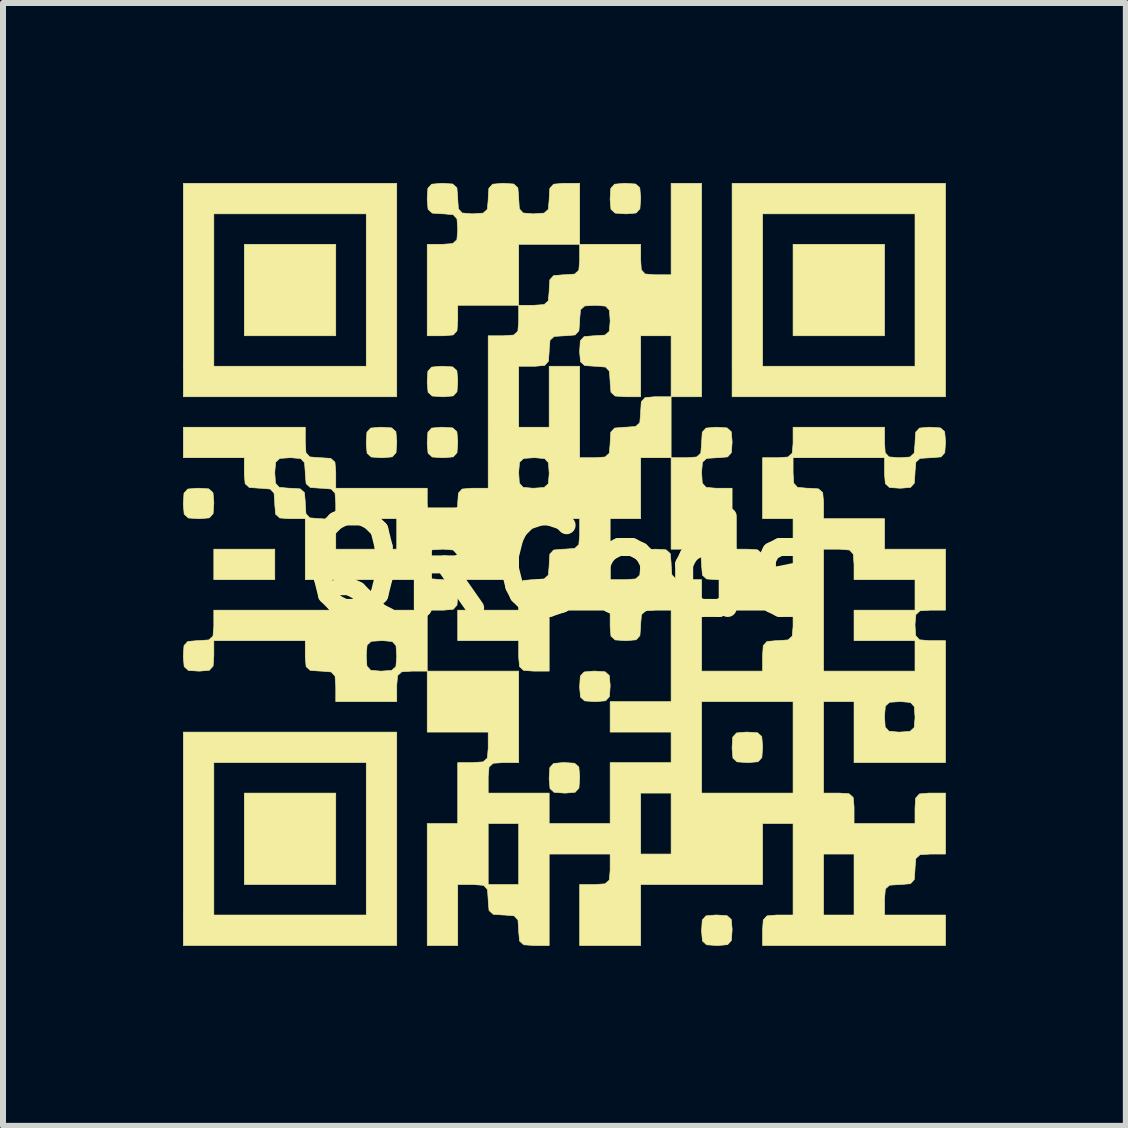
<source format=kicad_pcb>
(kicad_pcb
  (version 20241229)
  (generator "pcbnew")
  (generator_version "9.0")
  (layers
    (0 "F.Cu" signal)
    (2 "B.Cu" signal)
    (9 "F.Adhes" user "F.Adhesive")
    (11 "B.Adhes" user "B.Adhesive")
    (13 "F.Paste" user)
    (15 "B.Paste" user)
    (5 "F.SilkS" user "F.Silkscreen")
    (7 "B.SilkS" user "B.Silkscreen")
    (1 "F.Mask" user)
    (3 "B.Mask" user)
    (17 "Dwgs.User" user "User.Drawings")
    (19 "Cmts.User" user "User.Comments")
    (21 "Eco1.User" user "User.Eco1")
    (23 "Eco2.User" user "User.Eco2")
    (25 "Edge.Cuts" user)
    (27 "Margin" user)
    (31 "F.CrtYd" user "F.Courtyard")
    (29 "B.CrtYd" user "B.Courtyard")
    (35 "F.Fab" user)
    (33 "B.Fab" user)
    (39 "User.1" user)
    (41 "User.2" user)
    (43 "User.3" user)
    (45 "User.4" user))
  (footprint "QRCode"
    (layer "F.Cu")
    (at 6.391 6.391)
    (property "Reference" "QRCode" (at 0 0 0) (layer "F.SilkS") (effects (font (size 1.524 1.524) (thickness 0.3))))
    (attr through_hole)
    (fp_poly (pts (xy -4.862 0.218) (xy -5.878 0.218) (xy -5.878 -0.29) (xy -4.862 -0.29) (xy -4.862 0.218)) (stroke (width 0.01) (type solid)) (fill yes) (layer "F.SilkS"))
    (fp_poly (pts (xy -3.846 -3.846) (xy -5.37 -3.846) (xy -5.37 -5.37) (xy -3.846 -5.37) (xy -3.846 -3.846)) (stroke (width 0.01) (type solid)) (fill yes) (layer "F.SilkS"))
    (fp_poly (pts (xy -3.846 5.298) (xy -5.37 5.298) (xy -5.37 3.774) (xy -3.846 3.774) (xy -3.846 5.298)) (stroke (width 0.01) (type solid)) (fill yes) (layer "F.SilkS"))
    (fp_poly (pts (xy 5.298 -3.846) (xy 3.774 -3.846) (xy 3.774 -5.37) (xy 5.298 -5.37) (xy 5.298 -3.846)) (stroke (width 0.01) (type solid)) (fill yes) (layer "F.SilkS"))
    (fp_poly (pts (xy -2.83 -2.83) (xy -6.386 -2.83) (xy -6.386 -5.878) (xy -5.878 -5.878) (xy -5.878 -3.338) (xy -3.338 -3.338) (xy -3.338 -5.878) (xy -5.878 -5.878) (xy -6.386 -5.878) (xy -6.386 -6.386) (xy -2.83 -6.386) (xy -2.83 -2.83)) (stroke (width 0.01) (type solid)) (fill yes) (layer "F.SilkS"))
    (fp_poly (pts (xy -2.83 6.314) (xy -6.386 6.314) (xy -6.386 3.266) (xy -5.878 3.266) (xy -5.878 5.806) (xy -3.338 5.806) (xy -3.338 3.266) (xy -5.878 3.266) (xy -6.386 3.266) (xy -6.386 2.758) (xy -2.83 2.758) (xy -2.83 6.314)) (stroke (width 0.01) (type solid)) (fill yes) (layer "F.SilkS"))
    (fp_poly (pts (xy 6.314 -2.83) (xy 2.758 -2.83) (xy 2.758 -5.878) (xy 3.266 -5.878) (xy 3.266 -3.338) (xy 5.806 -3.338) (xy 5.806 -5.878) (xy 3.266 -5.878) (xy 2.758 -5.878) (xy 2.758 -6.386) (xy 6.314 -6.386) (xy 6.314 -2.83)) (stroke (width 0.01) (type solid)) (fill yes) (layer "F.SilkS"))
    (fp_poly (pts (xy -5.962 -1.295) (xy -5.892 -1.232) (xy -5.878 -1.072) (xy -5.878 -1.052) (xy -5.89 -0.882) (xy -5.953 -0.812) (xy -6.113 -0.798) (xy -6.132 -0.798) (xy -6.303 -0.81) (xy -6.372 -0.873) (xy -6.386 -1.033) (xy -6.386 -1.052) (xy -6.375 -1.223) (xy -6.312 -1.292) (xy -6.152 -1.306) (xy -6.132 -1.306) (xy -5.962 -1.295)) (stroke (width 0.01) (type solid)) (fill yes) (layer "F.SilkS"))
    (fp_poly (pts (xy -2.914 -2.311) (xy -2.844 -2.248) (xy -2.83 -2.088) (xy -2.83 -2.068) (xy -2.842 -1.898) (xy -2.905 -1.828) (xy -3.065 -1.814) (xy -3.084 -1.814) (xy -3.255 -1.826) (xy -3.324 -1.889) (xy -3.338 -2.049) (xy -3.338 -2.068) (xy -3.327 -2.239) (xy -3.264 -2.308) (xy -3.104 -2.322) (xy -3.084 -2.322) (xy -2.914 -2.311)) (stroke (width 0.01) (type solid)) (fill yes) (layer "F.SilkS"))
    (fp_poly (pts (xy -1.898 -3.327) (xy -1.828 -3.264) (xy -1.814 -3.104) (xy -1.814 -3.084) (xy -1.826 -2.914) (xy -1.889 -2.844) (xy -2.049 -2.83) (xy -2.068 -2.83) (xy -2.239 -2.842) (xy -2.308 -2.905) (xy -2.322 -3.065) (xy -2.322 -3.084) (xy -2.311 -3.255) (xy -2.248 -3.324) (xy -2.088 -3.338) (xy -2.068 -3.338) (xy -1.898 -3.327)) (stroke (width 0.01) (type solid)) (fill yes) (layer "F.SilkS"))
    (fp_poly (pts (xy -1.898 -2.311) (xy -1.828 -2.248) (xy -1.814 -2.088) (xy -1.814 -2.068) (xy -1.826 -1.898) (xy -1.889 -1.828) (xy -2.049 -1.814) (xy -2.068 -1.814) (xy -2.239 -1.826) (xy -2.308 -1.889) (xy -2.322 -2.049) (xy -2.322 -2.068) (xy -2.311 -2.239) (xy -2.248 -2.308) (xy -2.088 -2.322) (xy -2.068 -2.322) (xy -1.898 -2.311)) (stroke (width 0.01) (type solid)) (fill yes) (layer "F.SilkS"))
    (fp_poly (pts (xy 0.134 3.277) (xy 0.204 3.34) (xy 0.218 3.5) (xy 0.218 3.52) (xy 0.206 3.69) (xy 0.143 3.76) (xy -0.017 3.774) (xy -0.036 3.774) (xy -0.207 3.762) (xy -0.276 3.699) (xy -0.29 3.539) (xy -0.29 3.52) (xy -0.279 3.349) (xy -0.216 3.28) (xy -0.056 3.266) (xy -0.036 3.266) (xy 0.134 3.277)) (stroke (width 0.01) (type solid)) (fill yes) (layer "F.SilkS"))
    (fp_poly (pts (xy 0.642 1.753) (xy 0.712 1.816) (xy 0.726 1.976) (xy 0.726 1.996) (xy 0.714 2.166) (xy 0.651 2.236) (xy 0.491 2.25) (xy 0.472 2.25) (xy 0.301 2.238) (xy 0.232 2.175) (xy 0.218 2.015) (xy 0.218 1.996) (xy 0.229 1.825) (xy 0.292 1.756) (xy 0.452 1.742) (xy 0.472 1.742) (xy 0.642 1.753)) (stroke (width 0.01) (type solid)) (fill yes) (layer "F.SilkS"))
    (fp_poly (pts (xy 1.15 -6.375) (xy 1.22 -6.312) (xy 1.234 -6.152) (xy 1.234 -6.132) (xy 1.222 -5.962) (xy 1.159 -5.892) (xy 0.999 -5.878) (xy 0.98 -5.878) (xy 0.809 -5.89) (xy 0.74 -5.953) (xy 0.726 -6.113) (xy 0.726 -6.132) (xy 0.737 -6.303) (xy 0.8 -6.372) (xy 0.96 -6.386) (xy 0.98 -6.386) (xy 1.15 -6.375)) (stroke (width 0.01) (type solid)) (fill yes) (layer "F.SilkS"))
    (fp_poly (pts (xy 2.674 5.817) (xy 2.744 5.88) (xy 2.758 6.04) (xy 2.758 6.06) (xy 2.746 6.23) (xy 2.683 6.3) (xy 2.523 6.314) (xy 2.504 6.314) (xy 2.333 6.302) (xy 2.264 6.239) (xy 2.25 6.079) (xy 2.25 6.06) (xy 2.261 5.889) (xy 2.324 5.82) (xy 2.484 5.806) (xy 2.504 5.806) (xy 2.674 5.817)) (stroke (width 0.01) (type solid)) (fill yes) (layer "F.SilkS"))
    (fp_poly (pts (xy 3.182 2.769) (xy 3.252 2.832) (xy 3.266 2.992) (xy 3.266 3.012) (xy 3.254 3.182) (xy 3.191 3.252) (xy 3.031 3.266) (xy 3.012 3.266) (xy 2.841 3.254) (xy 2.772 3.191) (xy 2.758 3.031) (xy 2.758 3.012) (xy 2.769 2.841) (xy 2.832 2.772) (xy 2.992 2.758) (xy 3.012 2.758) (xy 3.182 2.769)) (stroke (width 0.01) (type solid)) (fill yes) (layer "F.SilkS"))
    (fp_poly (pts (xy -2.322 1.742) (xy -2.576 1.742) (xy -2.747 1.753) (xy -2.816 1.816) (xy -2.83 1.976) (xy -2.83 1.996) (xy -2.83 2.25) (xy -3.846 2.25) (xy -3.846 1.996) (xy -3.858 1.825) (xy -3.921 1.756) (xy -4.081 1.742) (xy -4.1 1.742) (xy -4.271 1.73) (xy -4.34 1.667) (xy -4.354 1.507) (xy -4.354 1.488) (xy -3.338 1.488) (xy -3.327 1.658) (xy -3.264 1.728) (xy -3.104 1.742) (xy -3.084 1.742) (xy -2.914 1.73) (xy -2.844 1.667) (xy -2.83 1.507) (xy -2.83 1.488) (xy -2.842 1.317) (xy -2.905 1.248) (xy -3.065 1.234) (xy -3.084 1.234) (xy -3.255 1.245) (xy -3.324 1.308) (xy -3.338 1.468) (xy -3.338 1.488) (xy -4.354 1.488) (xy -4.354 1.234) (xy -5.878 1.234) (xy -5.878 1.488) (xy -5.89 1.658) (xy -5.953 1.728) (xy -6.113 1.742) (xy -6.132 1.742) (xy -6.303 1.73) (xy -6.372 1.667) (xy -6.386 1.507) (xy -6.386 1.488) (xy -6.375 1.317) (xy -6.312 1.248) (xy -6.152 1.234) (xy -6.132 1.234) (xy -5.962 1.222) (xy -5.892 1.159) (xy -5.878 0.999) (xy -5.878 0.98) (xy -5.878 0.726) (xy -2.322 0.726) (xy -2.322 1.742)) (stroke (width 0.01) (type solid)) (fill yes) (layer "F.SilkS"))
    (fp_poly (pts (xy -1.814 -4.354) (xy -1.814 -4.1) (xy -1.826 -3.93) (xy -1.889 -3.86) (xy -2.049 -3.846) (xy -2.068 -3.846) (xy -2.322 -3.846) (xy -2.322 -5.37) (xy -2.068 -5.37) (xy -1.898 -5.382) (xy -1.828 -5.445) (xy -1.814 -5.605) (xy -1.814 -5.624) (xy -1.826 -5.795) (xy -1.889 -5.864) (xy -2.049 -5.878) (xy -2.068 -5.878) (xy -2.239 -5.89) (xy -2.308 -5.953) (xy -2.322 -6.113) (xy -2.322 -6.132) (xy -2.311 -6.303) (xy -2.248 -6.372) (xy -2.088 -6.386) (xy -2.068 -6.386) (xy -1.898 -6.375) (xy -1.828 -6.312) (xy -1.814 -6.152) (xy -1.814 -6.132) (xy -1.803 -5.962) (xy -1.74 -5.892) (xy -1.58 -5.878) (xy -1.56 -5.878) (xy -1.39 -5.89) (xy -1.32 -5.953) (xy -1.306 -6.113) (xy -1.306 -6.132) (xy -1.295 -6.303) (xy -1.232 -6.372) (xy -1.072 -6.386) (xy -1.052 -6.386) (xy -0.882 -6.375) (xy -0.812 -6.312) (xy -0.798 -6.152) (xy -0.798 -6.132) (xy -0.787 -5.962) (xy -0.724 -5.892) (xy -0.564 -5.878) (xy -0.544 -5.878) (xy -0.374 -5.89) (xy -0.304 -5.953) (xy -0.29 -6.113) (xy -0.29 -6.132) (xy -0.279 -6.303) (xy -0.216 -6.372) (xy -0.056 -6.386) (xy -0.036 -6.386) (xy 0.218 -6.386) (xy 0.218 -5.37) (xy -0.798 -5.37) (xy -0.798 -4.354) (xy -1.814 -4.354)) (stroke (width 0.01) (type solid)) (fill yes) (layer "F.SilkS"))
    (fp_poly (pts (xy -2.322 0.218) (xy -4.354 0.218) (xy -4.354 -0.798) (xy -4.608 -0.798) (xy -4.779 -0.81) (xy -4.848 -0.873) (xy -4.862 -1.033) (xy -4.862 -1.052) (xy -4.874 -1.223) (xy -4.937 -1.292) (xy -5.097 -1.306) (xy -5.116 -1.306) (xy -5.287 -1.318) (xy -5.356 -1.381) (xy -5.37 -1.541) (xy -5.37 -1.56) (xy -4.862 -1.56) (xy -4.851 -1.39) (xy -4.788 -1.32) (xy -4.628 -1.306) (xy -4.608 -1.306) (xy -4.438 -1.295) (xy -4.368 -1.232) (xy -4.354 -1.072) (xy -4.354 -1.052) (xy -4.343 -0.882) (xy -4.28 -0.812) (xy -4.12 -0.798) (xy -4.1 -0.798) (xy -3.93 -0.787) (xy -3.86 -0.724) (xy -3.846 -0.564) (xy -3.846 -0.544) (xy -3.846 -0.29) (xy -2.83 -0.29) (xy -2.83 -0.798) (xy -3.846 -0.798) (xy -3.846 -1.052) (xy -3.858 -1.223) (xy -3.921 -1.292) (xy -4.081 -1.306) (xy -4.1 -1.306) (xy -4.271 -1.318) (xy -4.34 -1.381) (xy -4.354 -1.541) (xy -4.354 -1.56) (xy -4.366 -1.731) (xy -4.429 -1.8) (xy -4.589 -1.814) (xy -4.608 -1.814) (xy -4.779 -1.803) (xy -4.848 -1.74) (xy -4.862 -1.58) (xy -4.862 -1.56) (xy -5.37 -1.56) (xy -5.37 -1.814) (xy -6.386 -1.814) (xy -6.386 -2.322) (xy -4.354 -2.322) (xy -4.354 -2.068) (xy -4.343 -1.898) (xy -4.28 -1.828) (xy -4.12 -1.814) (xy -4.1 -1.814) (xy -3.93 -1.803) (xy -3.86 -1.74) (xy -3.846 -1.58) (xy -3.846 -1.56) (xy -3.846 -1.306) (xy -2.322 -1.306) (xy -2.322 -1.052) (xy -2.311 -0.882) (xy -2.248 -0.812) (xy -2.088 -0.798) (xy -2.068 -0.798) (xy -1.898 -0.81) (xy -1.828 -0.873) (xy -1.814 -1.033) (xy -1.814 -1.052) (xy -1.803 -1.223) (xy -1.74 -1.292) (xy -1.58 -1.306) (xy -1.56 -1.306) (xy -1.306 -1.306) (xy -1.306 -1.56) (xy -0.798 -1.56) (xy -0.787 -1.39) (xy -0.724 -1.32) (xy -0.564 -1.306) (xy -0.544 -1.306) (xy -0.374 -1.318) (xy -0.304 -1.381) (xy -0.29 -1.541) (xy -0.29 -1.56) (xy -0.302 -1.731) (xy -0.365 -1.8) (xy -0.525 -1.814) (xy -0.544 -1.814) (xy -0.715 -1.803) (xy -0.784 -1.74) (xy -0.798 -1.58) (xy -0.798 -1.56) (xy -1.306 -1.56) (xy -1.306 -3.338) (xy -0.798 -3.338) (xy -0.798 -2.322) (xy -0.29 -2.322) (xy -0.29 -3.338) (xy 0.218 -3.338) (xy 0.218 -1.814) (xy 0.472 -1.814) (xy 0.642 -1.826) (xy 0.712 -1.889) (xy 0.726 -2.049) (xy 0.726 -2.068) (xy 0.737 -2.239) (xy 0.8 -2.308) (xy 0.96 -2.322) (xy 0.98 -2.322) (xy 1.15 -2.334) (xy 1.22 -2.397) (xy 1.234 -2.557) (xy 1.234 -2.576) (xy 1.245 -2.747) (xy 1.308 -2.816) (xy 1.468 -2.83) (xy 1.488 -2.83) (xy 1.742 -2.83) (xy 1.742 -3.846) (xy 1.234 -3.846) (xy 1.234 -2.83) (xy 0.98 -2.83) (xy 0.809 -2.842) (xy 0.74 -2.905) (xy 0.726 -3.065) (xy 0.726 -3.084) (xy 0.714 -3.255) (xy 0.651 -3.324) (xy 0.491 -3.338) (xy 0.472 -3.338) (xy 0.301 -3.35) (xy 0.232 -3.413) (xy 0.218 -3.573) (xy 0.218 -3.592) (xy 0.229 -3.763) (xy 0.292 -3.832) (xy 0.452 -3.846) (xy 0.472 -3.846) (xy 0.642 -3.858) (xy 0.712 -3.921) (xy 0.726 -4.081) (xy 0.726 -4.1) (xy 0.714 -4.271) (xy 0.651 -4.34) (xy 0.491 -4.354) (xy 0.472 -4.354) (xy 0.301 -4.343) (xy 0.232 -4.28) (xy 0.218 -4.12) (xy 0.218 -4.1) (xy 0.206 -3.93) (xy 0.143 -3.86) (xy -0.017 -3.846) (xy -0.036 -3.846) (xy -0.207 -3.835) (xy -0.276 -3.772) (xy -0.29 -3.612) (xy -0.29 -3.592) (xy -0.302 -3.422) (xy -0.365 -3.352) (xy -0.525 -3.338) (xy -0.544 -3.338) (xy -0.798 -3.338) (xy -1.306 -3.338) (xy -1.306 -3.846) (xy -1.052 -3.846) (xy -0.882 -3.858) (xy -0.812 -3.921) (xy -0.798 -4.081) (xy -0.798 -4.1) (xy -0.798 -4.354) (xy -0.544 -4.354) (xy -0.374 -4.366) (xy -0.304 -4.429) (xy -0.29 -4.589) (xy -0.29 -4.608) (xy -0.279 -4.779) (xy -0.216 -4.848) (xy -0.056 -4.862) (xy -0.036 -4.862) (xy 0.134 -4.874) (xy 0.204 -4.937) (xy 0.218 -5.097) (xy 0.218 -5.116) (xy 0.218 -5.37) (xy 1.234 -5.37) (xy 1.234 -5.116) (xy 1.245 -4.946) (xy 1.308 -4.876) (xy 1.468 -4.862) (xy 1.488 -4.862) (xy 1.742 -4.862) (xy 1.742 -6.386) (xy 2.25 -6.386) (xy 2.25 -2.83) (xy 1.742 -2.83) (xy 1.742 -1.814) (xy 1.996 -1.814) (xy 2.166 -1.826) (xy 2.236 -1.889) (xy 2.25 -2.049) (xy 2.25 -2.068) (xy 2.261 -2.239) (xy 2.324 -2.308) (xy 2.484 -2.322) (xy 2.504 -2.322) (xy 2.674 -2.311) (xy 2.744 -2.248) (xy 2.758 -2.088) (xy 2.758 -2.068) (xy 2.746 -1.898) (xy 2.683 -1.828) (xy 2.523 -1.814) (xy 2.504 -1.814) (xy 2.333 -1.803) (xy 2.264 -1.74) (xy 2.25 -1.58) (xy 2.25 -1.56) (xy 2.261 -1.39) (xy 2.324 -1.32) (xy 2.484 -1.306) (xy 2.504 -1.306) (xy 2.758 -1.306) (xy 2.758 -0.29) (xy 3.012 -0.29) (xy 3.182 -0.279) (xy 3.252 -0.216) (xy 3.266 -0.056) (xy 3.266 -0.036) (xy 3.277 0.134) (xy 3.34 0.204) (xy 3.5 0.218) (xy 3.52 0.218) (xy 3.774 0.218) (xy 3.774 -0.29) (xy 4.282 -0.29) (xy 4.282 1.742) (xy 5.806 1.742) (xy 5.806 1.234) (xy 4.79 1.234) (xy 4.79 0.726) (xy 5.806 0.726) (xy 5.806 0.218) (xy 4.79 0.218) (xy 4.79 -0.036) (xy 4.778 -0.207) (xy 4.715 -0.276) (xy 4.555 -0.29) (xy 4.536 -0.29) (xy 4.282 -0.29) (xy 3.774 -0.29) (xy 3.774 -0.798) (xy 3.266 -0.798) (xy 3.266 -1.814) (xy 3.52 -1.814) (xy 3.69 -1.826) (xy 3.76 -1.889) (xy 3.774 -2.049) (xy 3.774 -2.068) (xy 3.774 -2.322) (xy 5.298 -2.322) (xy 5.298 -2.068) (xy 5.309 -1.898) (xy 5.372 -1.828) (xy 5.532 -1.814) (xy 5.552 -1.814) (xy 5.722 -1.826) (xy 5.792 -1.889) (xy 5.806 -2.049) (xy 5.806 -2.068) (xy 5.817 -2.239) (xy 5.88 -2.308) (xy 6.04 -2.322) (xy 6.06 -2.322) (xy 6.23 -2.311) (xy 6.3 -2.248) (xy 6.314 -2.088) (xy 6.314 -2.068) (xy 6.302 -1.898) (xy 6.239 -1.828) (xy 6.079 -1.814) (xy 6.06 -1.814) (xy 5.889 -1.803) (xy 5.82 -1.74) (xy 5.806 -1.58) (xy 5.806 -1.56) (xy 5.794 -1.39) (xy 5.731 -1.32) (xy 5.571 -1.306) (xy 5.552 -1.306) (xy 5.381 -1.318) (xy 5.312 -1.381) (xy 5.298 -1.541) (xy 5.298 -1.56) (xy 5.298 -1.814) (xy 3.774 -1.814) (xy 3.774 -1.56) (xy 3.785 -1.39) (xy 3.848 -1.32) (xy 4.008 -1.306) (xy 4.028 -1.306) (xy 4.198 -1.295) (xy 4.268 -1.232) (xy 4.282 -1.072) (xy 4.282 -1.052) (xy 4.282 -0.798) (xy 5.298 -0.798) (xy 5.298 -0.29) (xy 6.314 -0.29) (xy 6.314 0.726) (xy 6.06 0.726) (xy 5.889 0.737) (xy 5.82 0.8) (xy 5.806 0.96) (xy 5.806 0.98) (xy 5.817 1.15) (xy 5.88 1.22) (xy 6.04 1.234) (xy 6.06 1.234) (xy 6.314 1.234) (xy 6.314 3.266) (xy 4.79 3.266) (xy 4.79 2.504) (xy 5.298 2.504) (xy 5.309 2.674) (xy 5.372 2.744) (xy 5.532 2.758) (xy 5.552 2.758) (xy 5.722 2.746) (xy 5.792 2.683) (xy 5.806 2.523) (xy 5.806 2.504) (xy 5.794 2.333) (xy 5.731 2.264) (xy 5.571 2.25) (xy 5.552 2.25) (xy 5.381 2.261) (xy 5.312 2.324) (xy 5.298 2.484) (xy 5.298 2.504) (xy 4.79 2.504) (xy 4.79 2.25) (xy 4.282 2.25) (xy 4.282 3.774) (xy 4.536 3.774) (xy 4.706 3.785) (xy 4.776 3.848) (xy 4.79 4.008) (xy 4.79 4.028) (xy 4.79 4.282) (xy 5.806 4.282) (xy 5.806 4.028) (xy 5.817 3.857) (xy 5.88 3.788) (xy 6.04 3.774) (xy 6.06 3.774) (xy 6.314 3.774) (xy 6.314 4.79) (xy 6.06 4.79) (xy 5.889 4.801) (xy 5.82 4.864) (xy 5.806 5.024) (xy 5.806 5.044) (xy 5.794 5.214) (xy 5.731 5.284) (xy 5.571 5.298) (xy 5.552 5.298) (xy 5.381 5.309) (xy 5.312 5.372) (xy 5.298 5.532) (xy 5.298 5.552) (xy 5.298 5.806) (xy 6.314 5.806) (xy 6.314 6.314) (xy 3.266 6.314) (xy 3.266 6.06) (xy 3.277 5.889) (xy 3.34 5.82) (xy 3.5 5.806) (xy 3.52 5.806) (xy 3.774 5.806) (xy 3.774 4.79) (xy 4.282 4.79) (xy 4.282 5.806) (xy 4.79 5.806) (xy 4.79 4.79) (xy 4.282 4.79) (xy 3.774 4.79) (xy 3.774 4.282) (xy 3.266 4.282) (xy 3.266 5.298) (xy 1.234 5.298) (xy 1.234 6.314) (xy 0.218 6.314) (xy 0.218 5.298) (xy 0.472 5.298) (xy 0.642 5.286) (xy 0.712 5.223) (xy 0.726 5.063) (xy 0.726 5.044) (xy 0.726 4.79) (xy -0.29 4.79) (xy -0.29 6.314) (xy -0.544 6.314) (xy -0.715 6.302) (xy -0.784 6.239) (xy -0.798 6.079) (xy -0.798 6.06) (xy -0.81 5.889) (xy -0.873 5.82) (xy -1.033 5.806) (xy -1.052 5.806) (xy -1.223 5.794) (xy -1.292 5.731) (xy -1.306 5.571) (xy -1.306 5.552) (xy -1.318 5.381) (xy -1.381 5.312) (xy -1.541 5.298) (xy -1.56 5.298) (xy -1.814 5.298) (xy -1.814 6.314) (xy -2.322 6.314) (xy -2.322 4.282) (xy -1.814 4.282) (xy -1.306 4.282) (xy -1.306 5.298) (xy -0.798 5.298) (xy -0.798 4.282) (xy -1.306 4.282) (xy -1.814 4.282) (xy -1.814 3.266) (xy -1.56 3.266) (xy -1.39 3.254) (xy -1.32 3.191) (xy -1.306 3.031) (xy -1.306 3.012) (xy -1.306 2.758) (xy -2.322 2.758) (xy -2.322 1.742) (xy -0.798 1.742) (xy -0.798 3.266) (xy -1.052 3.266) (xy -1.223 3.277) (xy -1.292 3.34) (xy -1.306 3.5) (xy -1.306 3.52) (xy -1.306 3.774) (xy -0.29 3.774) (xy -0.29 4.282) (xy 0.726 4.282) (xy 0.726 3.774) (xy 1.234 3.774) (xy 1.234 4.79) (xy 1.742 4.79) (xy 1.742 3.774) (xy 1.234 3.774) (xy 0.726 3.774) (xy 0.726 3.266) (xy 1.742 3.266) (xy 1.742 2.758) (xy 0.726 2.758) (xy 0.726 2.25) (xy 1.742 2.25) (xy 2.25 2.25) (xy 2.25 3.774) (xy 3.774 3.774) (xy 3.774 2.25) (xy 2.25 2.25) (xy 1.742 2.25) (xy 1.742 0.726) (xy 1.488 0.726) (xy 1.317 0.737) (xy 1.248 0.8) (xy 1.234 0.96) (xy 1.234 0.98) (xy 1.222 1.15) (xy 1.159 1.22) (xy 0.999 1.234) (xy 0.98 1.234) (xy 0.809 1.222) (xy 0.74 1.159) (xy 0.726 0.999) (xy 0.726 0.98) (xy 0.726 0.726) (xy -0.29 0.726) (xy -0.29 1.742) (xy -0.544 1.742) (xy -0.715 1.73) (xy -0.784 1.667) (xy -0.798 1.507) (xy -0.798 1.488) (xy -0.798 1.234) (xy -1.814 1.234) (xy -1.814 0.726) (xy -0.798 0.726) (xy -0.798 0.472) (xy -0.787 0.301) (xy -0.724 0.232) (xy -0.564 0.218) (xy -0.544 0.218) (xy -0.374 0.206) (xy -0.304 0.143) (xy -0.29 -0.017) (xy -0.29 -0.036) (xy -0.279 -0.207) (xy -0.216 -0.276) (xy -0.056 -0.29) (xy -0.036 -0.29) (xy 0.134 -0.302) (xy 0.204 -0.365) (xy 0.218 -0.525) (xy 0.218 -0.544) (xy 0.218 -0.798) (xy 0.726 -0.798) (xy 0.726 0.218) (xy 0.98 0.218) (xy 1.15 0.206) (xy 1.22 0.143) (xy 1.234 -0.017) (xy 1.234 -0.036) (xy 1.245 -0.207) (xy 1.308 -0.276) (xy 1.468 -0.29) (xy 1.488 -0.29) (xy 1.658 -0.279) (xy 1.728 -0.216) (xy 1.742 -0.056) (xy 1.742 -0.036) (xy 1.753 0.134) (xy 1.816 0.204) (xy 1.976 0.218) (xy 1.996 0.218) (xy 2.25 0.218) (xy 2.25 1.742) (xy 3.266 1.742) (xy 3.266 1.488) (xy 3.277 1.317) (xy 3.34 1.248) (xy 3.5 1.234) (xy 3.52 1.234) (xy 3.69 1.222) (xy 3.76 1.159) (xy 3.774 0.999) (xy 3.774 0.98) (xy 3.774 0.726) (xy 2.758 0.726) (xy 2.758 0.472) (xy 2.746 0.301) (xy 2.683 0.232) (xy 2.523 0.218) (xy 2.504 0.218) (xy 2.333 0.206) (xy 2.264 0.143) (xy 2.25 -0.017) (xy 2.25 -0.036) (xy 2.238 -0.207) (xy 2.175 -0.276) (xy 2.015 -0.29) (xy 1.996 -0.29) (xy 1.742 -0.29) (xy 1.742 -1.814) (xy 1.234 -1.814) (xy 1.234 -0.798) (xy 0.726 -0.798) (xy 0.218 -0.798) (xy -0.798 -0.798) (xy -0.798 0.218) (xy -1.814 0.218) (xy -1.814 -0.036) (xy -1.826 -0.207) (xy -1.889 -0.276) (xy -2.049 -0.29) (xy -2.068 -0.29) (xy -2.239 -0.279) (xy -2.308 -0.216) (xy -2.322 -0.056) (xy -2.322 -0.036) (xy -2.311 0.134) (xy -2.248 0.204) (xy -2.088 0.218) (xy -2.068 0.218) (xy -1.898 0.229) (xy -1.828 0.292) (xy -1.814 0.452) (xy -1.814 0.472) (xy -1.826 0.642) (xy -1.889 0.712) (xy -2.049 0.726) (xy -2.068 0.726) (xy -2.322 0.726) (xy -2.322 0.218)) (stroke (width 0.01) (type solid)) (fill yes) (layer "F.SilkS")))
  (gr_rect
    (start -3 -3)
    (end 15.71 15.71)
    (stroke (width 0.1) (type default))
    (fill no)
    (layer "Edge.Cuts")))
</source>
